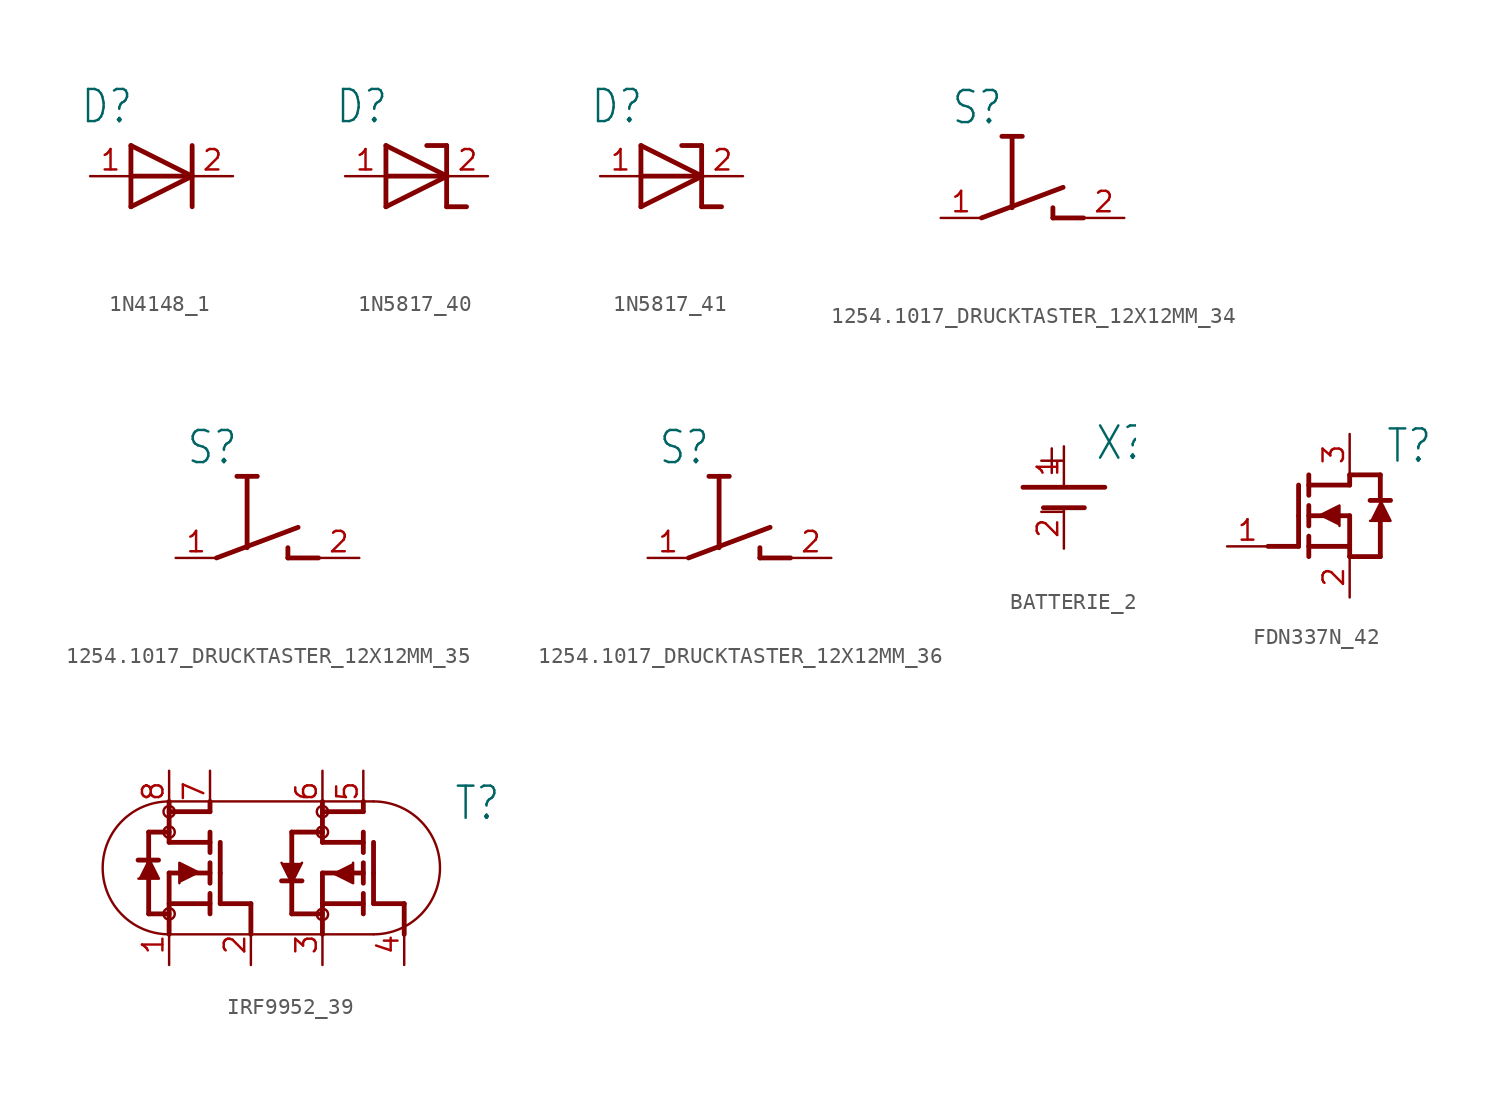
<source format=kicad_sym>
(kicad_symbol_lib
  (version 20220914)
  (generator kicad_symbol_editor)
  (symbol "1N4148_1"
    (property "Reference" "D"
      (at -4.445 3.175 0)
      (effects (font (size 2 1.7)) (justify left bottom)))
    (property "Value" ""
      (at -4.445 -5.715 0)
      (effects (font (size 2 1.7)) (justify left bottom)))
    (property "ki_locked" ""
      (at 0 0 0)
      (effects (font (size 1.27 1.27))))
    (symbol "1N4148_1_1_0"
      (polyline (pts (xy -1.27 -1.905) (xy 2.54 0)) (stroke (width 0.3) (type solid)) (fill (type none)))
      (polyline (pts (xy -1.27 0) (xy 2.54 0)) (stroke (width 0.3) (type solid)) (fill (type none)))
      (polyline (pts (xy -1.27 1.905) (xy -1.27 -1.905)) (stroke (width 0.3) (type solid)) (fill (type none)))
      (polyline (pts (xy 2.54 0) (xy -1.27 1.905)) (stroke (width 0.3) (type solid)) (fill (type none)))
      (polyline (pts (xy 2.54 1.905) (xy 2.54 -1.905)) (stroke (width 0.3) (type solid)) (fill (type none)))
      (pin passive line (at -3.81 0 0) (length 2.54) (name "1" (effects (font (size 0 0)))) (number "1" (effects (font (size 1.27 1.27)))))
      (pin passive line (at 5.08 0 180) (length 2.54) (name "2" (effects (font (size 0 0)))) (number "2" (effects (font (size 1.27 1.27)))))))
  (symbol "1N5817_40"
    (property "Reference" "D"
      (at -4.445 3.175 0)
      (effects (font (size 2 1.7)) (justify left bottom)))
    (property "Value" ""
      (at -4.445 -5.715 0)
      (effects (font (size 2 1.7)) (justify left bottom)))
    (property "ki_locked" ""
      (at 0 0 0)
      (effects (font (size 1.27 1.27))))
    (symbol "1N5817_40_1_0"
      (polyline (pts (xy -1.27 -1.905) (xy 2.54 0)) (stroke (width 0.3) (type solid)) (fill (type none)))
      (polyline (pts (xy -1.27 0) (xy 2.54 0)) (stroke (width 0.3) (type solid)) (fill (type none)))
      (polyline (pts (xy -1.27 1.905) (xy -1.27 -1.905)) (stroke (width 0.3) (type solid)) (fill (type none)))
      (polyline (pts (xy 1.27 1.905) (xy 2.508 1.905)) (stroke (width 0.3) (type solid)) (fill (type none)))
      (polyline (pts (xy 2.508 -1.905) (xy 3.746 -1.905)) (stroke (width 0.3) (type solid)) (fill (type none)))
      (polyline (pts (xy 2.508 1.905) (xy 2.508 -1.905)) (stroke (width 0.3) (type solid)) (fill (type none)))
      (polyline (pts (xy 2.54 0) (xy -1.27 1.905)) (stroke (width 0.3) (type solid)) (fill (type none)))
      (pin passive line (at -3.81 0 0) (length 2.54) (name "1" (effects (font (size 0 0)))) (number "1" (effects (font (size 1.27 1.27)))))
      (pin passive line (at 5.08 0 180) (length 2.54) (name "2" (effects (font (size 0 0)))) (number "2" (effects (font (size 1.27 1.27)))))))
  (symbol "1N5817_41"
    (property "Reference" "D"
      (at -4.445 3.175 0)
      (effects (font (size 2 1.7)) (justify left bottom)))
    (property "Value" ""
      (at -4.445 -5.715 0)
      (effects (font (size 2 1.7)) (justify left bottom)))
    (property "ki_locked" ""
      (at 0 0 0)
      (effects (font (size 1.27 1.27))))
    (symbol "1N5817_41_1_0"
      (polyline (pts (xy -1.27 -1.905) (xy 2.54 0)) (stroke (width 0.3) (type solid)) (fill (type none)))
      (polyline (pts (xy -1.27 0) (xy 2.54 0)) (stroke (width 0.3) (type solid)) (fill (type none)))
      (polyline (pts (xy -1.27 1.905) (xy -1.27 -1.905)) (stroke (width 0.3) (type solid)) (fill (type none)))
      (polyline (pts (xy 1.27 1.905) (xy 2.508 1.905)) (stroke (width 0.3) (type solid)) (fill (type none)))
      (polyline (pts (xy 2.508 -1.905) (xy 3.746 -1.905)) (stroke (width 0.3) (type solid)) (fill (type none)))
      (polyline (pts (xy 2.508 1.905) (xy 2.508 -1.905)) (stroke (width 0.3) (type solid)) (fill (type none)))
      (polyline (pts (xy 2.54 0) (xy -1.27 1.905)) (stroke (width 0.3) (type solid)) (fill (type none)))
      (pin passive line (at -3.81 0 0) (length 2.54) (name "1" (effects (font (size 0 0)))) (number "1" (effects (font (size 1.27 1.27)))))
      (pin passive line (at 5.08 0 180) (length 2.54) (name "2" (effects (font (size 0 0)))) (number "2" (effects (font (size 1.27 1.27)))))))
  (symbol "1254.1017_DRUCKTASTER_12X12MM_34"
    (property "Reference" "S"
      (at -5.08 5.715 0)
      (effects (font (size 2 1.7)) (justify left bottom)))
    (property "Value" ""
      (at -5.08 -3.81 0)
      (effects (font (size 2 1.7)) (justify left bottom)))
    (property "ki_locked" ""
      (at 0 0 0)
      (effects (font (size 1.27 1.27))))
    (symbol "1254.1017_DRUCKTASTER_12X12MM_34_1_0"
      (polyline (pts (xy -3.175 0) (xy 1.905 1.905)) (stroke (width 0.3) (type solid)) (fill (type none)))
      (polyline (pts (xy -1.905 5.08) (xy -0.635 5.08)) (stroke (width 0.3) (type solid)) (fill (type none)))
      (polyline (pts (xy -1.27 5.08) (xy -1.27 0.635)) (stroke (width 0.3) (type solid)) (fill (type none)))
      (polyline (pts (xy 1.27 0) (xy 3.175 0)) (stroke (width 0.3) (type solid)) (fill (type none)))
      (polyline (pts (xy 1.27 0.635) (xy 1.27 0)) (stroke (width 0.3) (type solid)) (fill (type none)))
      (pin passive line (at -5.715 0 0) (length 2.54) (name "1" (effects (font (size 0 0)))) (number "1" (effects (font (size 1.27 1.27)))))
      (pin passive line (at 5.715 0 180) (length 2.54) (name "2" (effects (font (size 0 0)))) (number "2" (effects (font (size 1.27 1.27)))))))
  (symbol "1254.1017_DRUCKTASTER_12X12MM_35"
    (property "Reference" "S"
      (at -5.08 5.715 0)
      (effects (font (size 2 1.7)) (justify left bottom)))
    (property "Value" ""
      (at -5.08 -3.81 0)
      (effects (font (size 2 1.7)) (justify left bottom)))
    (property "ki_locked" ""
      (at 0 0 0)
      (effects (font (size 1.27 1.27))))
    (symbol "1254.1017_DRUCKTASTER_12X12MM_35_1_0"
      (polyline (pts (xy -3.175 0) (xy 1.905 1.905)) (stroke (width 0.3) (type solid)) (fill (type none)))
      (polyline (pts (xy -1.905 5.08) (xy -0.635 5.08)) (stroke (width 0.3) (type solid)) (fill (type none)))
      (polyline (pts (xy -1.27 5.08) (xy -1.27 0.635)) (stroke (width 0.3) (type solid)) (fill (type none)))
      (polyline (pts (xy 1.27 0) (xy 3.175 0)) (stroke (width 0.3) (type solid)) (fill (type none)))
      (polyline (pts (xy 1.27 0.635) (xy 1.27 0)) (stroke (width 0.3) (type solid)) (fill (type none)))
      (pin passive line (at -5.715 0 0) (length 2.54) (name "1" (effects (font (size 0 0)))) (number "1" (effects (font (size 1.27 1.27)))))
      (pin passive line (at 5.715 0 180) (length 2.54) (name "2" (effects (font (size 0 0)))) (number "2" (effects (font (size 1.27 1.27)))))))
  (symbol "1254.1017_DRUCKTASTER_12X12MM_36"
    (property "Reference" "S"
      (at -5.08 5.715 0)
      (effects (font (size 2 1.7)) (justify left bottom)))
    (property "Value" ""
      (at -5.08 -3.81 0)
      (effects (font (size 2 1.7)) (justify left bottom)))
    (property "ki_locked" ""
      (at 0 0 0)
      (effects (font (size 1.27 1.27))))
    (symbol "1254.1017_DRUCKTASTER_12X12MM_36_1_0"
      (polyline (pts (xy -3.175 0) (xy 1.905 1.905)) (stroke (width 0.3) (type solid)) (fill (type none)))
      (polyline (pts (xy -1.905 5.08) (xy -0.635 5.08)) (stroke (width 0.3) (type solid)) (fill (type none)))
      (polyline (pts (xy -1.27 5.08) (xy -1.27 0.635)) (stroke (width 0.3) (type solid)) (fill (type none)))
      (polyline (pts (xy 1.27 0) (xy 3.175 0)) (stroke (width 0.3) (type solid)) (fill (type none)))
      (polyline (pts (xy 1.27 0.635) (xy 1.27 0)) (stroke (width 0.3) (type solid)) (fill (type none)))
      (pin passive line (at -5.715 0 0) (length 2.54) (name "1" (effects (font (size 0 0)))) (number "1" (effects (font (size 1.27 1.27)))))
      (pin passive line (at 5.715 0 180) (length 2.54) (name "2" (effects (font (size 0 0)))) (number "2" (effects (font (size 1.27 1.27)))))))
  (symbol "BATTERIE_2"
    (property "Reference" "X"
      (at 1.905 2.222 0)
      (effects (font (size 2 1.7)) (justify left bottom)))
    (property "Value" ""
      (at 1.905 -4.445 0)
      (effects (font (size 2 1.7)) (justify left bottom)))
    (property "ki_locked" ""
      (at 0 0 0)
      (effects (font (size 1.27 1.27))))
    (symbol "BATTERIE_2_1_0"
      (polyline (pts (xy -2.54 0.635) (xy 2.54 0.635)) (stroke (width 0.3) (type solid)) (fill (type none)))
      (polyline (pts (xy -1.27 -0.635) (xy 1.27 -0.635)) (stroke (width 0.3) (type solid)) (fill (type none)))
      (text "+" (at -1.906 1.27 0) (effects (font (size 2 1.7)) (justify left bottom)))
      (text "-" (at -1.905 -1.905 0) (effects (font (size 2 1.7)) (justify left bottom)))
      (pin power_in line (at 0 3.175 270) (length 2.54) (name "1" (effects (font (size 0 0)))) (number "1" (effects (font (size 1.27 1.27)))))
      (pin power_in line (at 0 -3.175 90) (length 2.54) (name "2" (effects (font (size 0 0)))) (number "2" (effects (font (size 1.27 1.27)))))))
  (symbol "FDN337N_42"
    (property "Reference" "T"
      (at 4.763 3.175 0)
      (effects (font (size 2 1.7)) (justify left bottom)))
    (property "Value" ""
      (at 5.08 -3.175 0)
      (effects (font (size 2 1.7)) (justify left bottom)))
    (property "ki_locked" ""
      (at 0 0 0)
      (effects (font (size 1.27 1.27))))
    (symbol "FDN337N_42_1_0"
      (polyline (pts (xy -2.54 -1.905) (xy -0.635 -1.905)) (stroke (width 0.3) (type solid)) (fill (type none)))
      (polyline (pts (xy -0.635 -1.905) (xy -0.635 0)) (stroke (width 0.3) (type solid)) (fill (type none)))
      (polyline (pts (xy -0.635 0) (xy -0.635 1.905)) (stroke (width 0.3) (type solid)) (fill (type none)))
      (polyline (pts (xy 0 -1.905) (xy 2.54 -1.905)) (stroke (width 0.3) (type solid)) (fill (type none)))
      (polyline (pts (xy 0 -1.27) (xy 0 -2.54)) (stroke (width 0.3) (type solid)) (fill (type none)))
      (polyline (pts (xy 0 0) (xy 2.54 0)) (stroke (width 0.3) (type solid)) (fill (type none)))
      (polyline (pts (xy 0 0.635) (xy 0 -0.635)) (stroke (width 0.3) (type solid)) (fill (type none)))
      (polyline (pts (xy 0 1.905) (xy 2.54 1.905)) (stroke (width 0.3) (type solid)) (fill (type none)))
      (polyline (pts (xy 0 2.54) (xy 0 1.27)) (stroke (width 0.3) (type solid)) (fill (type none)))
      (polyline (pts (xy 2.54 -2.54) (xy 4.445 -2.54)) (stroke (width 0.3) (type solid)) (fill (type none)))
      (polyline (pts (xy 2.54 0) (xy 2.54 -2.54)) (stroke (width 0.3) (type solid)) (fill (type none)))
      (polyline (pts (xy 2.54 1.905) (xy 2.54 2.54)) (stroke (width 0.3) (type solid)) (fill (type none)))
      (polyline (pts (xy 2.54 2.54) (xy 4.445 2.54)) (stroke (width 0.3) (type solid)) (fill (type none)))
      (polyline (pts (xy 3.81 0.953) (xy 5.08 0.953)) (stroke (width 0.3) (type solid)) (fill (type none)))
      (polyline (pts (xy 4.445 -2.54) (xy 4.445 0)) (stroke (width 0.3) (type solid)) (fill (type none)))
      (polyline (pts (xy 4.445 2.54) (xy 4.445 0.953)) (stroke (width 0.3) (type solid)) (fill (type none)))
      (polyline (pts (xy 1.905 -0.635) (xy 1.905 0.635) (xy 0.635 0)) (stroke (width 0) (type solid)) (fill (type outline)))
      (polyline (pts (xy 3.81 -0.318) (xy 5.08 -0.318) (xy 4.445 0.953)) (stroke (width 0) (type solid)) (fill (type outline)))
      (pin passive line (at -5.08 -1.905 0) (length 2.54) (name "1" (effects (font (size 0 0)))) (number "1" (effects (font (size 1.27 1.27)))))
      (pin passive line (at 2.54 -5.08 90) (length 2.54) (name "2" (effects (font (size 0 0)))) (number "2" (effects (font (size 1.27 1.27)))))
      (pin passive line (at 2.54 5.08 270) (length 2.54) (name "3" (effects (font (size 0 0)))) (number "3" (effects (font (size 1.27 1.27)))))))
  (symbol "IRF9952_39"
    (property "Reference" "T"
      (at 11.324 2.54 0)
      (effects (font (size 2 1.7)) (justify left bottom)))
    (property "Value" ""
      (at 11.534 -4.445 0)
      (effects (font (size 2 1.7)) (justify left bottom)))
    (property "ki_locked" ""
      (at 0 0 0)
      (effects (font (size 1.27 1.27))))
    (symbol "IRF9952_39_1_0"
      (circle (center -6.35 -3.175) (radius 0.35) (stroke (width 0) (type solid)) (fill (type none)))
      (circle (center -6.35 1.905) (radius 0.35) (stroke (width 0) (type solid)) (fill (type none)))
      (circle (center -6.35 3.175) (radius 0.35) (stroke (width 0) (type solid)) (fill (type none)))
      (arc (start -6.35 3.8105) (mid -10.478 -0.3175) (end -6.35 -4.4455) (stroke (width 0.15) (type solid)) (fill (type none)))
      (polyline (pts (xy -7.62 -3.175) (xy -6.35 -3.175)) (stroke (width 0.3) (type solid)) (fill (type none)))
      (polyline (pts (xy -7.62 1.905) (xy -7.62 -3.175)) (stroke (width 0.3) (type solid)) (fill (type none)))
      (polyline (pts (xy -7.008 0.166) (xy -8.278 0.166)) (stroke (width 0.3) (type solid)) (fill (type none)))
      (polyline (pts (xy -6.35 -4.446) (xy 6.35 -4.446)) (stroke (width 0.15) (type solid)) (fill (type none)))
      (polyline (pts (xy -6.35 -0.635) (xy -6.35 -4.445)) (stroke (width 0.3) (type solid)) (fill (type none)))
      (polyline (pts (xy -6.35 1.27) (xy -6.35 3.81)) (stroke (width 0.3) (type solid)) (fill (type none)))
      (polyline (pts (xy -6.35 1.905) (xy -7.62 1.905)) (stroke (width 0.3) (type solid)) (fill (type none)))
      (polyline (pts (xy -6.35 3.175) (xy -3.81 3.175)) (stroke (width 0.3) (type solid)) (fill (type none)))
      (polyline (pts (xy -6.35 3.811) (xy 6.35 3.811)) (stroke (width 0.15) (type solid)) (fill (type none)))
      (polyline (pts (xy -3.81 -2.54) (xy -6.35 -2.54)) (stroke (width 0.3) (type solid)) (fill (type none)))
      (polyline (pts (xy -3.81 -1.905) (xy -3.81 -3.175)) (stroke (width 0.3) (type solid)) (fill (type none)))
      (polyline (pts (xy -3.81 -0.635) (xy -6.35 -0.635)) (stroke (width 0.3) (type solid)) (fill (type none)))
      (polyline (pts (xy -3.81 0) (xy -3.81 -1.27)) (stroke (width 0.3) (type solid)) (fill (type none)))
      (polyline (pts (xy -3.81 1.27) (xy -6.35 1.27)) (stroke (width 0.3) (type solid)) (fill (type none)))
      (polyline (pts (xy -3.81 1.905) (xy -3.81 0.635)) (stroke (width 0.3) (type solid)) (fill (type none)))
      (polyline (pts (xy -3.81 3.175) (xy -3.81 3.81)) (stroke (width 0.3) (type solid)) (fill (type none)))
      (polyline (pts (xy -3.175 -2.54) (xy -3.175 -0.635)) (stroke (width 0.3) (type solid)) (fill (type none)))
      (polyline (pts (xy -3.175 -0.635) (xy -3.175 1.27)) (stroke (width 0.3) (type solid)) (fill (type none)))
      (polyline (pts (xy -1.27 -2.54) (xy -3.175 -2.54)) (stroke (width 0.3) (type solid)) (fill (type none)))
      (polyline (pts (xy -1.27 -2.54) (xy -1.27 -4.445)) (stroke (width 0.3) (type solid)) (fill (type none)))
      (polyline (pts (xy 1.27 -3.175) (xy 3.175 -3.175)) (stroke (width 0.3) (type solid)) (fill (type none)))
      (polyline (pts (xy 1.27 1.905) (xy 1.27 -3.175)) (stroke (width 0.3) (type solid)) (fill (type none)))
      (polyline (pts (xy 1.27 1.905) (xy 3.175 1.905)) (stroke (width 0.3) (type solid)) (fill (type none)))
      (polyline (pts (xy 1.905 -1.125) (xy 0.635 -1.125)) (stroke (width 0.3) (type solid)) (fill (type none)))
      (polyline (pts (xy 3.175 -0.635) (xy 3.175 -4.445)) (stroke (width 0.3) (type solid)) (fill (type none)))
      (polyline (pts (xy 3.175 1.27) (xy 3.175 3.81)) (stroke (width 0.3) (type solid)) (fill (type none)))
      (polyline (pts (xy 3.175 3.175) (xy 5.715 3.175)) (stroke (width 0.3) (type solid)) (fill (type none)))
      (polyline (pts (xy 5.715 -2.54) (xy 3.175 -2.54)) (stroke (width 0.3) (type solid)) (fill (type none)))
      (polyline (pts (xy 5.715 -1.905) (xy 5.715 -3.175)) (stroke (width 0.3) (type solid)) (fill (type none)))
      (polyline (pts (xy 5.715 -0.635) (xy 3.175 -0.635)) (stroke (width 0.3) (type solid)) (fill (type none)))
      (polyline (pts (xy 5.715 0) (xy 5.715 -1.27)) (stroke (width 0.3) (type solid)) (fill (type none)))
      (polyline (pts (xy 5.715 1.27) (xy 3.175 1.27)) (stroke (width 0.3) (type solid)) (fill (type none)))
      (polyline (pts (xy 5.715 1.905) (xy 5.715 0.635)) (stroke (width 0.3) (type solid)) (fill (type none)))
      (polyline (pts (xy 5.715 3.175) (xy 5.715 3.81)) (stroke (width 0.3) (type solid)) (fill (type none)))
      (polyline (pts (xy 6.35 -2.54) (xy 6.35 -0.635)) (stroke (width 0.3) (type solid)) (fill (type none)))
      (polyline (pts (xy 6.35 -0.635) (xy 6.35 1.27)) (stroke (width 0.3) (type solid)) (fill (type none)))
      (polyline (pts (xy 8.255 -2.54) (xy 6.35 -2.54)) (stroke (width 0.3) (type solid)) (fill (type none)))
      (polyline (pts (xy 8.255 -2.54) (xy 8.255 -4.445)) (stroke (width 0.3) (type solid)) (fill (type none)))
      (polyline (pts (xy -8.255 -0.987) (xy -6.985 -0.987) (xy -7.62 0.283)) (stroke (width 0) (type solid)) (fill (type outline)))
      (polyline (pts (xy -5.715 -1.27) (xy -5.715 0) (xy -4.445 -0.635)) (stroke (width 0) (type solid)) (fill (type outline)))
      (polyline (pts (xy 0.635 0) (xy 1.27 -1.27) (xy 1.905 0)) (stroke (width 0) (type solid)) (fill (type outline)))
      (polyline (pts (xy 3.81 -0.635) (xy 5.08 -1.27) (xy 5.08 0)) (stroke (width 0) (type solid)) (fill (type outline)))
      (circle (center 3.175 1.905) (radius 0.35) (stroke (width 0) (type solid)) (fill (type none)))
      (circle (center 3.175 3.175) (radius 0.35) (stroke (width 0) (type solid)) (fill (type none)))
      (circle (center 3.176 -3.207) (radius 0.35) (stroke (width 0) (type solid)) (fill (type none)))
      (arc (start 6.35 -4.4455) (mid 10.478 -0.3175) (end 6.35 3.8105) (stroke (width 0.15) (type solid)) (fill (type none)))
      (pin passive line (at -6.35 -6.35 90) (length 2.54) (name "1" (effects (font (size 0 0)))) (number "1" (effects (font (size 1.27 1.27)))))
      (pin passive line (at -1.27 -6.35 90) (length 2.54) (name "2" (effects (font (size 0 0)))) (number "2" (effects (font (size 1.27 1.27)))))
      (pin passive line (at 3.175 -6.35 90) (length 2.54) (name "3" (effects (font (size 0 0)))) (number "3" (effects (font (size 1.27 1.27)))))
      (pin passive line (at 8.255 -6.35 90) (length 2.54) (name "4" (effects (font (size 0 0)))) (number "4" (effects (font (size 1.27 1.27)))))
      (pin passive line (at 5.715 5.715 270) (length 2.54) (name "5" (effects (font (size 0 0)))) (number "5" (effects (font (size 1.27 1.27)))))
      (pin passive line (at 3.175 5.715 270) (length 2.54) (name "6" (effects (font (size 0 0)))) (number "6" (effects (font (size 1.27 1.27)))))
      (pin passive line (at -3.81 5.715 270) (length 2.54) (name "7" (effects (font (size 0 0)))) (number "7" (effects (font (size 1.27 1.27)))))
      (pin passive line (at -6.35 5.715 270) (length 2.54) (name "8" (effects (font (size 0 0)))) (number "8" (effects (font (size 1.27 1.27))))))))
</source>
